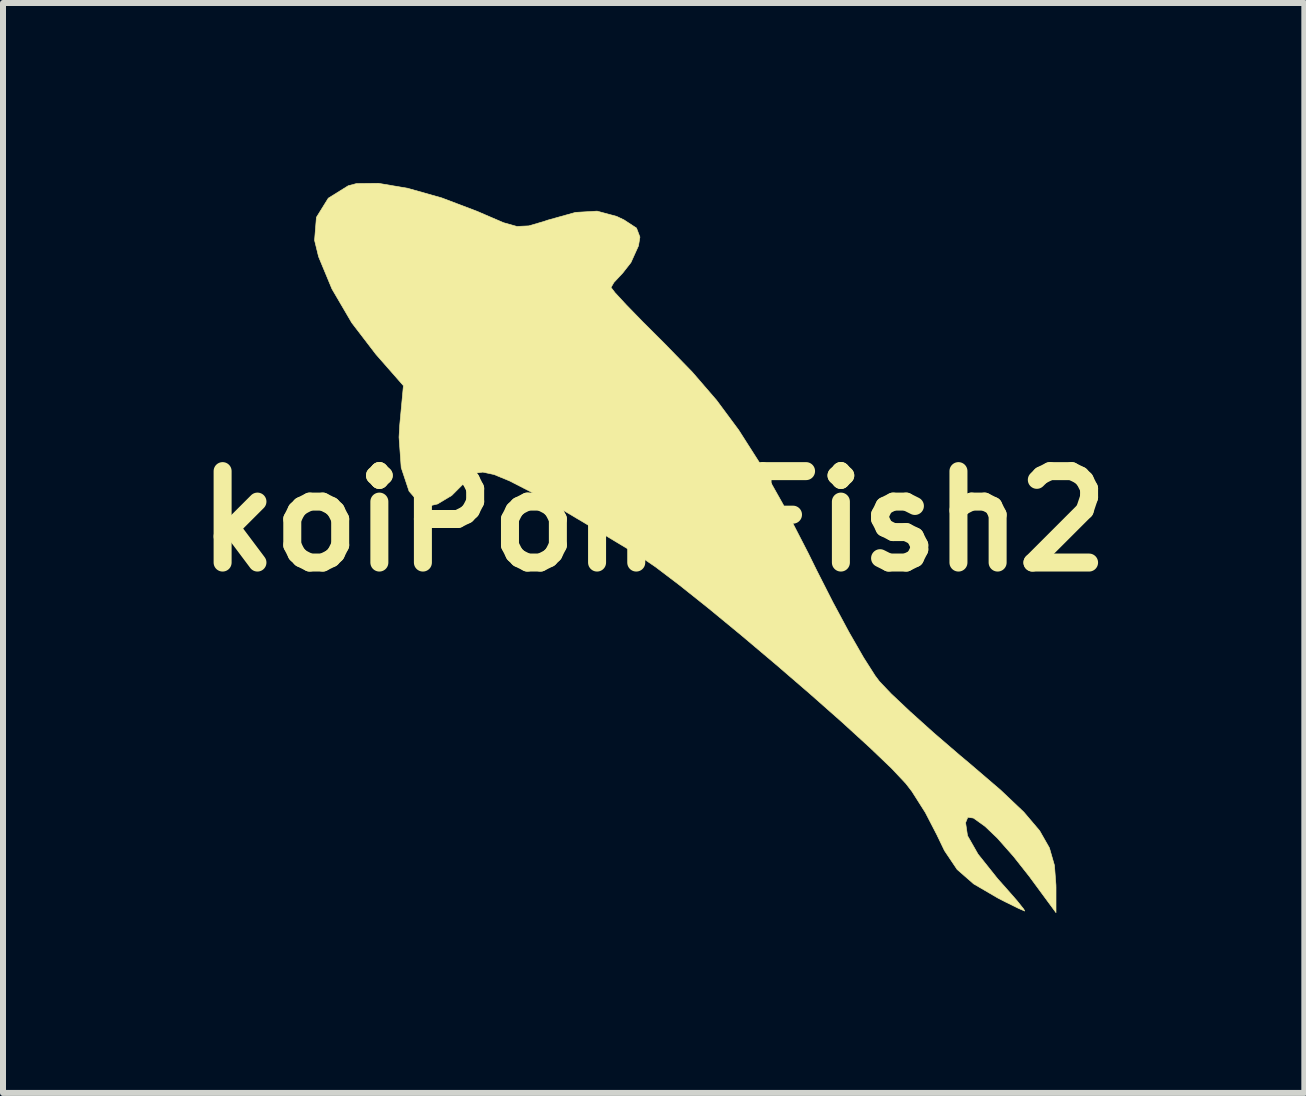
<source format=kicad_pcb>
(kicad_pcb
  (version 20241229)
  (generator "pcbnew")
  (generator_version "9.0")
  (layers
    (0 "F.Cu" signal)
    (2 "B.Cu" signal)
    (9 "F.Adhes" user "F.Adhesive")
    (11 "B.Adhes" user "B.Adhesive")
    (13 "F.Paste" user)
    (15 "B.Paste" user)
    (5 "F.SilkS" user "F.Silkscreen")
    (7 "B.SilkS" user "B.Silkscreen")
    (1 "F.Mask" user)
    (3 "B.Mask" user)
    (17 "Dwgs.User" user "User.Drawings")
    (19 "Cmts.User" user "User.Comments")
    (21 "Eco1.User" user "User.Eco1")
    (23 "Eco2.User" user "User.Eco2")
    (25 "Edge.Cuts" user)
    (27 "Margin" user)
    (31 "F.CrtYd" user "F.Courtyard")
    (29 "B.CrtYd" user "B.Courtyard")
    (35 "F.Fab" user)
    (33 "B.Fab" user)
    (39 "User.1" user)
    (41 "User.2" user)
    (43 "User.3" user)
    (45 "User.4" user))
  (footprint "koiPondFish2"
    (layer "F.Cu")
    (at 7.845 5.637)
    (property "Reference" "koiPondFish2" (at 0 0 0) (layer "F.SilkS") (effects (font (size 1.524 1.524) (thickness 0.3))))
    (attr through_hole)
    (fp_poly (pts (xy -4.1 -5.549) (xy -3.533 -5.389) (xy -2.94 -5.164) (xy -2.827 -5.115) (xy -2.501 -4.975) (xy -2.28 -4.913) (xy -2.083 -4.922) (xy -1.832 -4.995) (xy -1.765 -5.018) (xy -1.303 -5.147) (xy -0.943 -5.168) (xy -0.618 -5.081) (xy -0.494 -5.022) (xy -0.286 -4.886) (xy -0.229 -4.736) (xy -0.253 -4.59) (xy -0.379 -4.311) (xy -0.516 -4.136) (xy -0.662 -3.98) (xy -0.711 -3.896) (xy -0.643 -3.807) (xy -0.456 -3.605) (xy -0.18 -3.321) (xy 0.159 -2.983) (xy 0.182 -2.96) (xy 0.644 -2.485) (xy 1.048 -2.017) (xy 1.418 -1.518) (xy 1.779 -0.952) (xy 2.156 -0.282) (xy 2.574 0.529) (xy 2.714 0.813) (xy 2.986 1.348) (xy 3.255 1.849) (xy 3.498 2.272) (xy 3.691 2.575) (xy 3.763 2.671) (xy 3.958 2.876) (xy 4.274 3.174) (xy 4.669 3.529) (xy 5.107 3.906) (xy 5.253 4.028) (xy 5.783 4.482) (xy 6.17 4.849) (xy 6.433 5.159) (xy 6.596 5.445) (xy 6.68 5.736) (xy 6.705 6.063) (xy 6.706 6.104) (xy 6.706 6.525) (xy 6.262 5.922) (xy 5.996 5.585) (xy 5.73 5.284) (xy 5.525 5.088) (xy 5.33 4.948) (xy 5.236 4.935) (xy 5.199 5.025) (xy 5.231 5.242) (xy 5.406 5.549) (xy 5.732 5.958) (xy 5.862 6.104) (xy 6.055 6.324) (xy 6.169 6.467) (xy 6.184 6.498) (xy 6.08 6.453) (xy 5.859 6.344) (xy 5.74 6.283) (xy 5.334 6.046) (xy 5.058 5.805) (xy 4.847 5.491) (xy 4.72 5.227) (xy 4.528 4.856) (xy 4.304 4.503) (xy 4.202 4.371) (xy 3.966 4.12) (xy 3.601 3.771) (xy 3.138 3.348) (xy 2.607 2.879) (xy 2.041 2.391) (xy 1.469 1.908) (xy 0.924 1.459) (xy 0.434 1.068) (xy 0.032 0.763) (xy -0.245 0.574) (xy -0.994 0.123) (xy -1.589 -0.23) (xy -2.053 -0.492) (xy -2.403 -0.672) (xy -2.661 -0.778) (xy -2.847 -0.818) (xy -2.98 -0.8) (xy -3.08 -0.734) (xy -3.169 -0.626) (xy -3.169 -0.626) (xy -3.365 -0.429) (xy -3.602 -0.287) (xy -3.807 -0.239) (xy -3.864 -0.256) (xy -4.077 -0.5) (xy -4.208 -0.894) (xy -4.244 -1.4) (xy -4.232 -1.607) (xy -4.171 -2.259) (xy -4.629 -2.781) (xy -5.032 -3.307) (xy -5.362 -3.871) (xy -5.585 -4.408) (xy -5.652 -4.682) (xy -5.621 -5.065) (xy -5.423 -5.384) (xy -5.091 -5.591) (xy -4.952 -5.628) (xy -4.589 -5.632) (xy -4.1 -5.549)) (stroke (width 0.01) (type solid)) (fill yes) (layer "F.SilkS")))
  (gr_rect
    (start -3 -3)
    (end 18.69 15.167)
    (stroke (width 0.1) (type default))
    (fill no)
    (layer "Edge.Cuts")))
</source>
